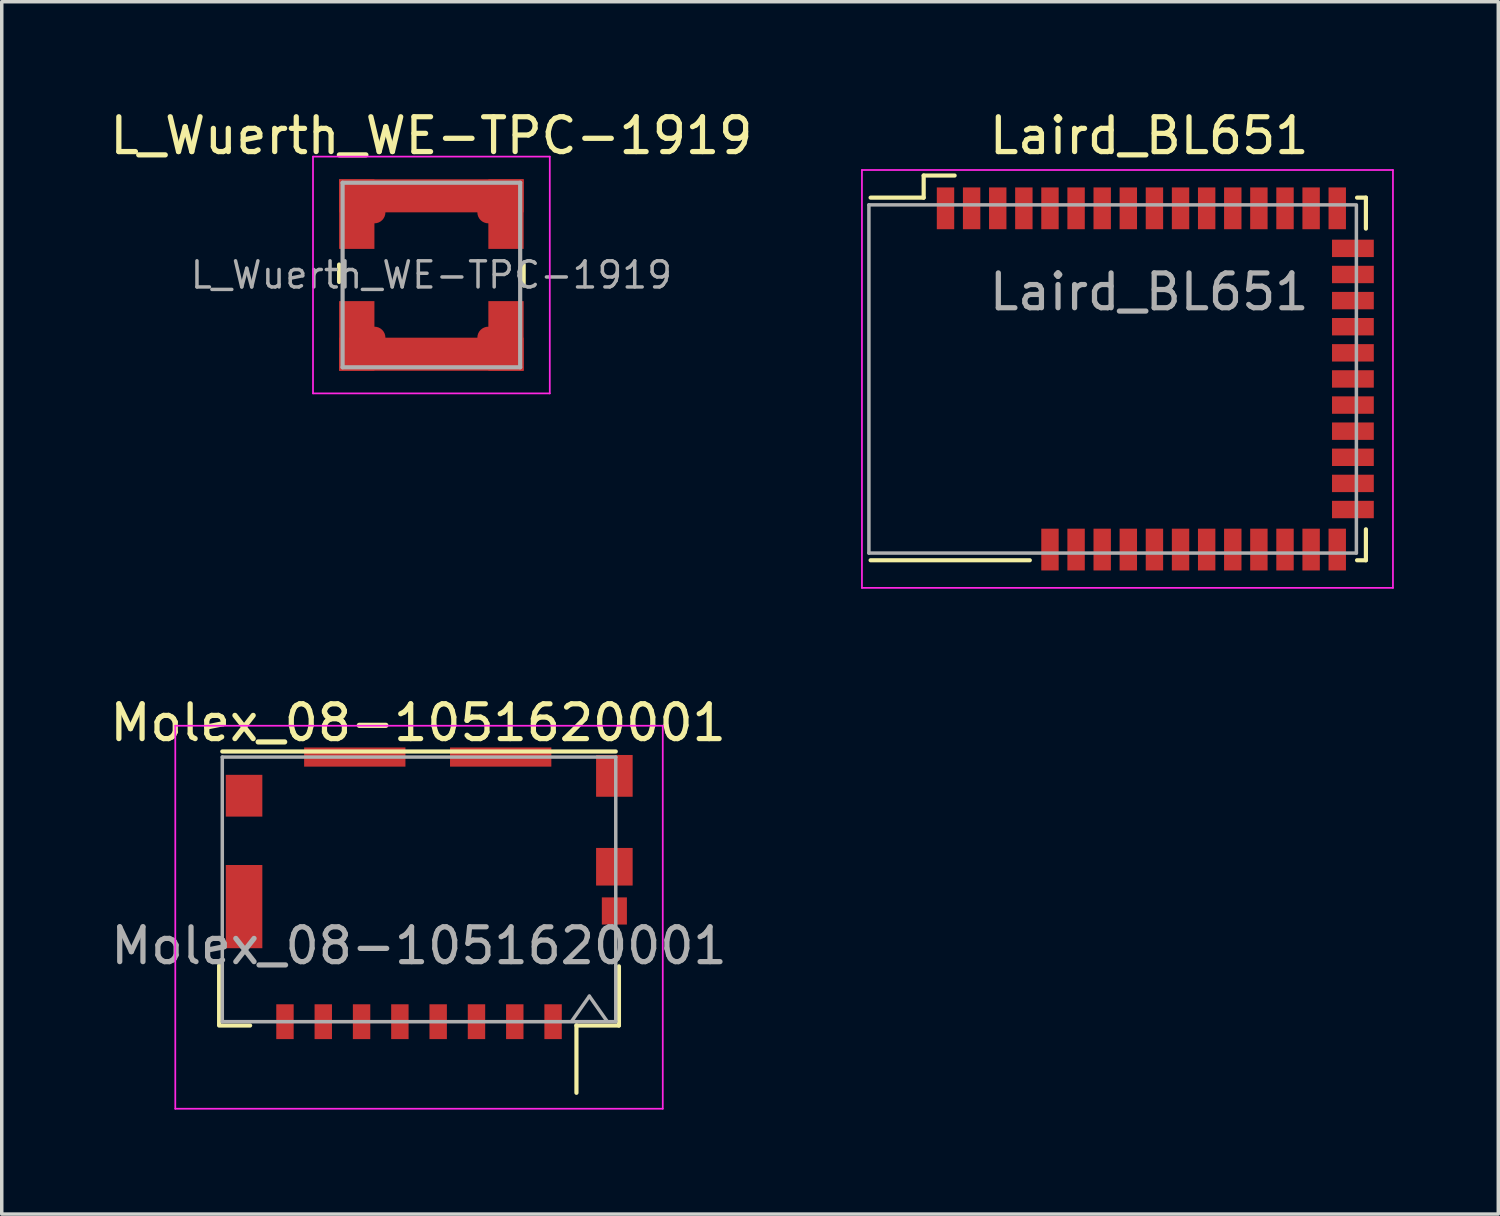
<source format=kicad_pcb>
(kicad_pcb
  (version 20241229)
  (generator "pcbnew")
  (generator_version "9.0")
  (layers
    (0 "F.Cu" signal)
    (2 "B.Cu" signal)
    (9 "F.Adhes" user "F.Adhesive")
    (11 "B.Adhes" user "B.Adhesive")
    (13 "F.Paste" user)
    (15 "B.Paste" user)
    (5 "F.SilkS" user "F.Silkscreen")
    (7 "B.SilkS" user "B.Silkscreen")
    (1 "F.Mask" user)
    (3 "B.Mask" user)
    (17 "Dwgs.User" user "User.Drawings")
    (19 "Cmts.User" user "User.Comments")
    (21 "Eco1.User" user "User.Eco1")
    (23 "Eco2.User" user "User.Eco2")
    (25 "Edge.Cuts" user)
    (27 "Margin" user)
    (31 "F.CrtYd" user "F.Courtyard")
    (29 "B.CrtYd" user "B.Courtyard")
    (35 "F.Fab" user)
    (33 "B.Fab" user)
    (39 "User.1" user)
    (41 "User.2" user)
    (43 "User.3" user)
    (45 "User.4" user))
  (footprint "Laird_BL651"
    (layer "F.Cu")
    (at 29.954 7.833)
    (property "Reference" "Laird_BL651" (at 0 -6.985 0) (layer "F.SilkS") (effects (font (size 1 1) (thickness 0.15))))
    (attr smd)
    (fp_line (start -8.001 -5.207) (end -6.477 -5.207) (stroke (width 0.12) (type solid)) (layer "F.SilkS"))
    (fp_line (start -6.477 -5.842) (end -5.588 -5.842) (stroke (width 0.12) (type solid)) (layer "F.SilkS"))
    (fp_line (start -6.477 -5.207) (end -6.477 -5.842) (stroke (width 0.12) (type solid)) (layer "F.SilkS"))
    (fp_line (start -3.429 5.207) (end -8.001 5.207) (stroke (width 0.12) (type solid)) (layer "F.SilkS"))
    (fp_line (start 5.969 -5.207) (end 6.223 -5.207) (stroke (width 0.12) (type solid)) (layer "F.SilkS"))
    (fp_line (start 6.223 -5.207) (end 6.223 -4.318) (stroke (width 0.12) (type solid)) (layer "F.SilkS"))
    (fp_line (start 6.223 5.207) (end 5.969 5.207) (stroke (width 0.12) (type solid)) (layer "F.SilkS"))
    (fp_line (start 6.223 5.207) (end 6.223 4.318) (stroke (width 0.12) (type solid)) (layer "F.SilkS"))
    (fp_line (start -8.25 -6) (end 7 -6) (stroke (width 0.05) (type solid)) (layer "F.CrtYd"))
    (fp_line (start -8.25 6) (end -8.25 -6) (stroke (width 0.05) (type solid)) (layer "F.CrtYd"))
    (fp_line (start 7 -6) (end 7 6) (stroke (width 0.05) (type solid)) (layer "F.CrtYd"))
    (fp_line (start 7 6) (end -8.25 6) (stroke (width 0.05) (type solid)) (layer "F.CrtYd"))
    (fp_line (start -8.05 -5) (end -8.05 5) (stroke (width 0.1) (type solid)) (layer "F.Fab"))
    (fp_line (start -8.05 -5) (end 5.9 -5) (stroke (width 0.1) (type solid)) (layer "F.Fab"))
    (fp_line (start 5.95 -5) (end 5.95 5) (stroke (width 0.1) (type solid)) (layer "F.Fab"))
    (fp_line (start 5.95 5) (end -8.05 5) (stroke (width 0.1) (type solid)) (layer "F.Fab"))
    (fp_text user "${REFERENCE}" (at 0 -2.5 0) (layer "F.Fab") (effects (font (size 1 1) (thickness 0.15))))
    (pad "" smd rect (at -5.6 0) (size 4.9 8.5) (layers "F.Mask" "F.Paste"))
    (pad "1" smd rect (at -5.85 -4.9 90) (size 1.2 0.5) (layers "F.Cu" "F.Mask" "F.Paste"))
    (pad "2" smd rect (at -5.1 -4.9 90) (size 1.2 0.5) (layers "F.Cu" "F.Mask" "F.Paste"))
    (pad "3" smd rect (at -4.35 -4.9 90) (size 1.2 0.5) (layers "F.Cu" "F.Mask" "F.Paste"))
    (pad "4" smd rect (at -3.6 -4.9 90) (size 1.2 0.5) (layers "F.Cu" "F.Mask" "F.Paste"))
    (pad "5" smd rect (at -2.85 -4.9 90) (size 1.2 0.5) (layers "F.Cu" "F.Mask" "F.Paste"))
    (pad "6" smd rect (at -2.1 -4.9 90) (size 1.2 0.5) (layers "F.Cu" "F.Mask" "F.Paste"))
    (pad "7" smd rect (at -1.35 -4.9 90) (size 1.2 0.5) (layers "F.Cu" "F.Mask" "F.Paste"))
    (pad "8" smd rect (at -0.6 -4.9 90) (size 1.2 0.5) (layers "F.Cu" "F.Mask" "F.Paste"))
    (pad "9" smd rect (at 0.15 -4.9 90) (size 1.2 0.5) (layers "F.Cu" "F.Mask" "F.Paste"))
    (pad "10" smd rect (at 0.9 -4.9 90) (size 1.2 0.5) (layers "F.Cu" "F.Mask" "F.Paste"))
    (pad "11" smd rect (at 1.65 -4.9 90) (size 1.2 0.5) (layers "F.Cu" "F.Mask" "F.Paste"))
    (pad "12" smd rect (at 2.4 -4.9 90) (size 1.2 0.5) (layers "F.Cu" "F.Mask" "F.Paste"))
    (pad "13" smd rect (at 3.15 -4.9 90) (size 1.2 0.5) (layers "F.Cu" "F.Mask" "F.Paste"))
    (pad "14" smd rect (at 3.9 -4.9 90) (size 1.2 0.5) (layers "F.Cu" "F.Mask" "F.Paste"))
    (pad "15" smd rect (at 4.65 -4.9 90) (size 1.2 0.5) (layers "F.Cu" "F.Mask" "F.Paste"))
    (pad "16" smd rect (at 5.4 -4.9 90) (size 1.2 0.5) (layers "F.Cu" "F.Mask" "F.Paste"))
    (pad "17" smd rect (at 5.85 -3.75) (size 1.2 0.5) (layers "F.Cu" "F.Mask" "F.Paste"))
    (pad "18" smd rect (at 5.85 -3) (size 1.2 0.5) (layers "F.Cu" "F.Mask" "F.Paste"))
    (pad "19" smd rect (at 5.85 -2.25) (size 1.2 0.5) (layers "F.Cu" "F.Mask" "F.Paste"))
    (pad "20" smd rect (at 5.85 -1.5) (size 1.2 0.5) (layers "F.Cu" "F.Mask" "F.Paste"))
    (pad "21" smd rect (at 5.85 -0.75) (size 1.2 0.5) (layers "F.Cu" "F.Mask" "F.Paste"))
    (pad "22" smd rect (at 5.85 0) (size 1.2 0.5) (layers "F.Cu" "F.Mask" "F.Paste"))
    (pad "23" smd rect (at 5.85 0.75) (size 1.2 0.5) (layers "F.Cu" "F.Mask" "F.Paste"))
    (pad "24" smd rect (at 5.85 1.5) (size 1.2 0.5) (layers "F.Cu" "F.Mask" "F.Paste"))
    (pad "25" smd rect (at 5.85 2.25) (size 1.2 0.5) (layers "F.Cu" "F.Mask" "F.Paste"))
    (pad "26" smd rect (at 5.85 3) (size 1.2 0.5) (layers "F.Cu" "F.Mask" "F.Paste"))
    (pad "27" smd rect (at 5.85 3.75) (size 1.2 0.5) (layers "F.Cu" "F.Mask" "F.Paste"))
    (pad "28" smd rect (at 5.4 4.9 90) (size 1.2 0.5) (layers "F.Cu" "F.Mask" "F.Paste"))
    (pad "29" smd rect (at 4.65 4.9 90) (size 1.2 0.5) (layers "F.Cu" "F.Mask" "F.Paste"))
    (pad "30" smd rect (at 3.9 4.9 90) (size 1.2 0.5) (layers "F.Cu" "F.Mask" "F.Paste"))
    (pad "31" smd rect (at 3.15 4.9 90) (size 1.2 0.5) (layers "F.Cu" "F.Mask" "F.Paste"))
    (pad "32" smd rect (at 2.4 4.9 90) (size 1.2 0.5) (layers "F.Cu" "F.Mask" "F.Paste"))
    (pad "33" smd rect (at 1.65 4.9 90) (size 1.2 0.5) (layers "F.Cu" "F.Mask" "F.Paste"))
    (pad "34" smd rect (at 0.9 4.9 90) (size 1.2 0.5) (layers "F.Cu" "F.Mask" "F.Paste"))
    (pad "35" smd rect (at 0.15 4.9 90) (size 1.2 0.5) (layers "F.Cu" "F.Mask" "F.Paste"))
    (pad "36" smd rect (at -0.6 4.9 90) (size 1.2 0.5) (layers "F.Cu" "F.Mask" "F.Paste"))
    (pad "37" smd rect (at -1.35 4.9 90) (size 1.2 0.5) (layers "F.Cu" "F.Mask" "F.Paste"))
    (pad "38" smd rect (at -2.1 4.9 90) (size 1.2 0.5) (layers "F.Cu" "F.Mask" "F.Paste"))
    (pad "39" smd rect (at -2.85 4.9 90) (size 1.2 0.5) (layers "F.Cu" "F.Mask" "F.Paste")))
  (footprint "Molex_08-1051620001"
    (layer "F.Cu")
    (at 8.984 26.292)
    (property "Reference" "Molex_08-1051620001" (at -0.025 -8.585 0) (layer "F.SilkS") (effects (font (size 1 1) (thickness 0.15))))
    (attr smd)
    (fp_line (start -5.741 -1.615) (end -5.741 0.085) (stroke (width 0.12) (type solid)) (layer "F.SilkS"))
    (fp_line (start -5.741 0.11) (end -4.851 0.11) (stroke (width 0.12) (type solid)) (layer "F.SilkS"))
    (fp_line (start 4.521 0.102) (end 4.521 2.042) (stroke (width 0.12) (type solid)) (layer "F.SilkS"))
    (fp_line (start 5.65 -7.76) (end -5.65 -7.76) (stroke (width 0.12) (type solid)) (layer "F.SilkS"))
    (fp_line (start 5.741 -1.59) (end 5.741 0.11) (stroke (width 0.12) (type solid)) (layer "F.SilkS"))
    (fp_line (start 5.741 0.11) (end 4.521 0.11) (stroke (width 0.12) (type solid)) (layer "F.SilkS"))
    (fp_line (start -7 -8.5) (end -7 2.5) (stroke (width 0.05) (type solid)) (layer "F.CrtYd"))
    (fp_line (start -7 2.5) (end 7 2.5) (stroke (width 0.05) (type solid)) (layer "F.CrtYd"))
    (fp_line (start 7 -8.5) (end -7 -8.5) (stroke (width 0.05) (type solid)) (layer "F.CrtYd"))
    (fp_line (start 7 2.5) (end 7 -8.5) (stroke (width 0.05) (type solid)) (layer "F.CrtYd"))
    (fp_line (start -5.65 -7.6) (end -5.65 0) (stroke (width 0.1) (type solid)) (layer "F.Fab"))
    (fp_line (start 4.892 -0.733) (end 4.392 -0.025) (stroke (width 0.1) (type solid)) (layer "F.Fab"))
    (fp_line (start 5.392 -0.025) (end 4.892 -0.733) (stroke (width 0.1) (type solid)) (layer "F.Fab"))
    (fp_line (start 5.65 -7.6) (end -5.65 -7.6) (stroke (width 0.1) (type solid)) (layer "F.Fab"))
    (fp_line (start 5.65 -7.6) (end 5.65 0) (stroke (width 0.1) (type solid)) (layer "F.Fab"))
    (fp_line (start 5.65 0) (end -5.65 0) (stroke (width 0.1) (type solid)) (layer "F.Fab"))
    (fp_text user "${REFERENCE}" (at 0 -2.18 180) (layer "F.Fab") (effects (font (size 1 1) (thickness 0.15))))
    (pad "" smd rect (at 0.305 -4.115) (size 7.7 3.5) (layers "F.Mask" "F.Paste"))
    (pad "1" smd rect (at 3.85 0) (size 0.5 1) (layers "F.Cu" "F.Mask" "F.Paste"))
    (pad "2" smd rect (at 2.75 0) (size 0.5 1) (layers "F.Cu" "F.Mask" "F.Paste"))
    (pad "3" smd rect (at 1.65 0) (size 0.5 1) (layers "F.Cu" "F.Mask" "F.Paste"))
    (pad "4" smd rect (at 0.55 0) (size 0.5 1) (layers "F.Cu" "F.Mask" "F.Paste"))
    (pad "5" smd rect (at -0.55 0) (size 0.5 1) (layers "F.Cu" "F.Mask" "F.Paste"))
    (pad "6" smd rect (at -1.65 0) (size 0.5 1) (layers "F.Cu" "F.Mask" "F.Paste"))
    (pad "7" smd rect (at -2.75 0) (size 0.5 1) (layers "F.Cu" "F.Mask" "F.Paste"))
    (pad "8" smd rect (at -3.85 0) (size 0.5 1) (layers "F.Cu" "F.Mask" "F.Paste"))
    (pad "9" smd rect (at 5.61 -3.18) (size 0.72 0.78) (layers "F.Cu" "F.Mask" "F.Paste"))
    (pad "10" smd rect (at -5.025 -6.49) (size 1.05 1.2) (layers "F.Cu" "F.Mask" "F.Paste"))
    (pad "10" smd rect (at -5.025 -3.305) (size 1.05 2.39) (layers "F.Cu" "F.Mask" "F.Paste"))
    (pad "10" smd rect (at -1.845 -7.6) (size 2.91 0.55) (layers "F.Cu" "F.Mask" "F.Paste"))
    (pad "10" smd rect (at 2.345 -7.6) (size 2.91 0.55) (layers "F.Cu" "F.Mask" "F.Paste"))
    (pad "10" smd rect (at 5.61 -7.06) (size 1.05 1.2) (layers "F.Cu" "F.Mask" "F.Paste"))
    (pad "10" smd rect (at 5.61 -4.45) (size 1.05 1.08) (layers "F.Cu" "F.Mask" "F.Paste")))
  (footprint "L_Wuerth_WE-TPC-1919"
    (layer "F.Cu")
    (at 9.339 4.848)
    (property "Reference" "L_Wuerth_WE-TPC-1919" (at 0 -4 0) (layer "F.SilkS") (effects (font (size 1 1) (thickness 0.15))))
    (attr smd)
    (fp_line (start -2.65 -0.3) (end -2.65 0.2) (stroke (width 0.12) (type solid)) (layer "F.SilkS"))
    (fp_line (start 2.65 -0.3) (end 2.65 0.3) (stroke (width 0.12) (type solid)) (layer "F.SilkS"))
    (fp_line (start -3.4 -3.4) (end -3.4 3.4) (stroke (width 0.05) (type solid)) (layer "F.CrtYd"))
    (fp_line (start -3.4 3.4) (end 3.4 3.4) (stroke (width 0.05) (type solid)) (layer "F.CrtYd"))
    (fp_line (start 3.4 -3.4) (end -3.4 -3.4) (stroke (width 0.05) (type solid)) (layer "F.CrtYd"))
    (fp_line (start 3.4 3.4) (end 3.4 -3.4) (stroke (width 0.05) (type solid)) (layer "F.CrtYd"))
    (fp_line (start -2.55 -2.65) (end 2.55 -2.65) (stroke (width 0.12) (type solid)) (layer "F.Fab"))
    (fp_line (start -2.55 2.65) (end -2.55 -2.65) (stroke (width 0.12) (type solid)) (layer "F.Fab"))
    (fp_line (start 2.55 -2.65) (end 2.55 2.65) (stroke (width 0.12) (type solid)) (layer "F.Fab"))
    (fp_line (start 2.55 2.65) (end -2.55 2.65) (stroke (width 0.12) (type solid)) (layer "F.Fab"))
    (fp_text user "${REFERENCE}" (at 0 0 0) (layer "F.Fab") (effects (font (size 0.75 0.75) (thickness 0.1))))
    (pad "1" smd rect (at -2.143 -1.75) (size 1.014 2) (layers "F.Cu" "F.Mask" "F.Paste"))
    (pad "1" smd circle (at -1.636 -1.8) (size 0.632 0.632) (layers "F.Cu" "F.Mask" "F.Paste"))
    (pad "1" smd rect (at 0 -2.275) (size 5.3 0.95) (layers "F.Cu" "F.Mask" "F.Paste"))
    (pad "1" smd circle (at 1.636 -1.8) (size 0.632 0.632) (layers "F.Cu" "F.Mask" "F.Paste"))
    (pad "1" smd rect (at 2.143 -1.75) (size 1.014 2) (layers "F.Cu" "F.Mask" "F.Paste"))
    (pad "2" smd rect (at -2.143 1.75) (size 1.014 2) (layers "F.Cu" "F.Mask" "F.Paste"))
    (pad "2" smd circle (at -1.636 1.8) (size 0.632 0.632) (layers "F.Cu" "F.Mask" "F.Paste"))
    (pad "2" smd rect (at 0 2.275) (size 5.3 0.95) (layers "F.Cu" "F.Mask" "F.Paste"))
    (pad "2" smd circle (at 1.636 1.8) (size 0.632 0.632) (layers "F.Cu" "F.Mask" "F.Paste"))
    (pad "2" smd rect (at 2.143 1.75) (size 1.014 2) (layers "F.Cu" "F.Mask" "F.Paste")))
  (gr_rect
    (start -3 -3)
    (end 39.979 31.817)
    (stroke (width 0.1) (type default))
    (fill no)
    (layer "Edge.Cuts")))
</source>
